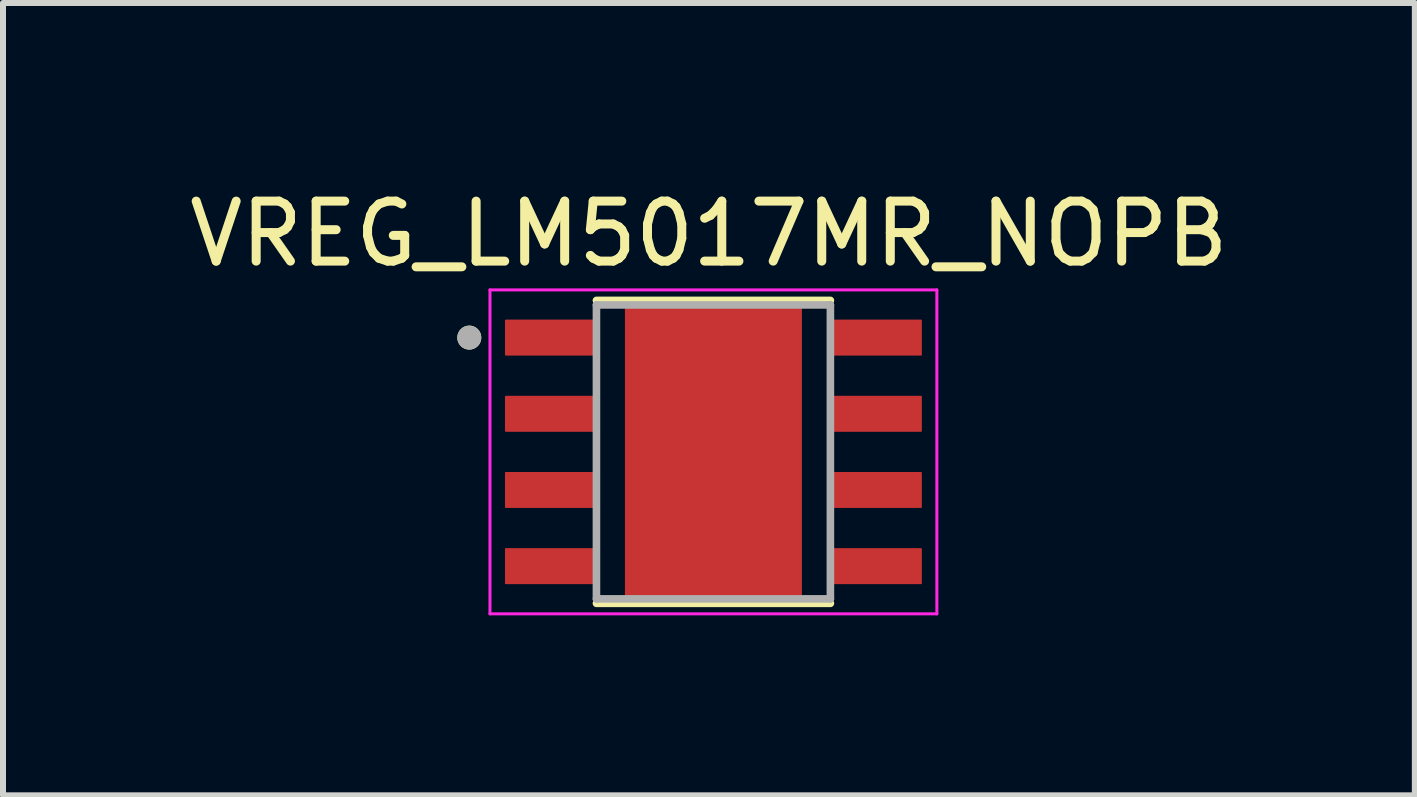
<source format=kicad_pcb>
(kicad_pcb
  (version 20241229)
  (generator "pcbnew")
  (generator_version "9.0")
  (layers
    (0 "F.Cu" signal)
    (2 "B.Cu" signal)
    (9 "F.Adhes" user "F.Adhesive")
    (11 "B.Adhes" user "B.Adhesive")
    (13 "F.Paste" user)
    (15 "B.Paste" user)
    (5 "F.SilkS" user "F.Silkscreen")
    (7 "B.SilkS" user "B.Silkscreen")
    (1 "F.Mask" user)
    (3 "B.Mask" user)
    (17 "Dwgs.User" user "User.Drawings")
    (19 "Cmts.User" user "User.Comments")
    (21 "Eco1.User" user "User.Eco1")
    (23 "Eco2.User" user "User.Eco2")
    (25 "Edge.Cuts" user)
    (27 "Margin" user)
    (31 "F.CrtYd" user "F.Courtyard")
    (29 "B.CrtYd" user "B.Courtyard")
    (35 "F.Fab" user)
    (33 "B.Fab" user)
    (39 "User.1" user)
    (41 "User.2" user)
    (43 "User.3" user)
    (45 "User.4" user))
  (footprint "VREG_LM5017MR_NOPB"
    (layer "F.Cu")
    (at 8.843 4.483)
    (property "Reference" "VREG_LM5017MR_NOPB" (at -0.075 -3.635 0) (layer "F.SilkS") (effects (font (size 1 1) (thickness 0.15))))
    (attr smd)
    (fp_poly (pts (xy -1.355 -1.7) (xy 1.355 -1.7) (xy 1.355 1.7) (xy -1.355 1.7)) (stroke (width 0.01) (type solid)) (fill yes) (layer "F.Mask"))
    (fp_poly (pts (xy -1.905 -1.535) (xy -3.495 -1.535) (xy -3.498 -1.535) (xy -3.5 -1.535) (xy -3.503 -1.536) (xy -3.505 -1.536) (xy -3.508 -1.537) (xy -3.51 -1.537) (xy -3.513 -1.538) (xy -3.515 -1.539) (xy -3.518 -1.54) (xy -3.52 -1.542) (xy -3.522 -1.543) (xy -3.524 -1.545) (xy -3.526 -1.546) (xy -3.528 -1.548) (xy -3.53 -1.55) (xy -3.532 -1.552) (xy -3.534 -1.554) (xy -3.535 -1.556) (xy -3.537 -1.558) (xy -3.538 -1.56) (xy -3.54 -1.562) (xy -3.541 -1.565) (xy -3.542 -1.567) (xy -3.543 -1.57) (xy -3.543 -1.572) (xy -3.544 -1.575) (xy -3.544 -1.577) (xy -3.545 -1.58) (xy -3.545 -1.582) (xy -3.545 -1.585) (xy -3.545 -2.225) (xy -3.545 -2.228) (xy -3.545 -2.23) (xy -3.544 -2.233) (xy -3.544 -2.235) (xy -3.543 -2.238) (xy -3.543 -2.24) (xy -3.542 -2.243) (xy -3.541 -2.245) (xy -3.54 -2.248) (xy -3.538 -2.25) (xy -3.537 -2.252) (xy -3.535 -2.254) (xy -3.534 -2.256) (xy -3.532 -2.258) (xy -3.53 -2.26) (xy -3.528 -2.262) (xy -3.526 -2.264) (xy -3.524 -2.265) (xy -3.522 -2.267) (xy -3.52 -2.268) (xy -3.518 -2.27) (xy -3.515 -2.271) (xy -3.513 -2.272) (xy -3.51 -2.273) (xy -3.508 -2.273) (xy -3.505 -2.274) (xy -3.503 -2.274) (xy -3.5 -2.275) (xy -3.498 -2.275) (xy -3.495 -2.275) (xy -1.905 -2.275) (xy -1.902 -2.275) (xy -1.9 -2.275) (xy -1.897 -2.274) (xy -1.895 -2.274) (xy -1.892 -2.273) (xy -1.89 -2.273) (xy -1.887 -2.272) (xy -1.885 -2.271) (xy -1.882 -2.27) (xy -1.88 -2.268) (xy -1.878 -2.267) (xy -1.876 -2.265) (xy -1.874 -2.264) (xy -1.872 -2.262) (xy -1.87 -2.26) (xy -1.868 -2.258) (xy -1.866 -2.256) (xy -1.865 -2.254) (xy -1.863 -2.252) (xy -1.862 -2.25) (xy -1.86 -2.248) (xy -1.859 -2.245) (xy -1.858 -2.243) (xy -1.857 -2.24) (xy -1.857 -2.238) (xy -1.856 -2.235) (xy -1.856 -2.233) (xy -1.855 -2.23) (xy -1.855 -2.228) (xy -1.855 -2.225) (xy -1.855 -1.585) (xy -1.855 -1.582) (xy -1.855 -1.58) (xy -1.856 -1.577) (xy -1.856 -1.575) (xy -1.857 -1.572) (xy -1.857 -1.57) (xy -1.858 -1.567) (xy -1.859 -1.565) (xy -1.86 -1.562) (xy -1.862 -1.56) (xy -1.863 -1.558) (xy -1.865 -1.556) (xy -1.866 -1.554) (xy -1.868 -1.552) (xy -1.87 -1.55) (xy -1.872 -1.548) (xy -1.874 -1.546) (xy -1.876 -1.545) (xy -1.878 -1.543) (xy -1.88 -1.542) (xy -1.882 -1.54) (xy -1.885 -1.539) (xy -1.887 -1.538) (xy -1.89 -1.537) (xy -1.892 -1.537) (xy -1.895 -1.536) (xy -1.897 -1.536) (xy -1.9 -1.535) (xy -1.902 -1.535) (xy -1.905 -1.535)) (stroke (width 0.01) (type solid)) (fill yes) (layer "F.Mask"))
    (fp_poly (pts (xy -1.905 -0.265) (xy -3.495 -0.265) (xy -3.498 -0.265) (xy -3.5 -0.265) (xy -3.503 -0.266) (xy -3.505 -0.266) (xy -3.508 -0.267) (xy -3.51 -0.267) (xy -3.513 -0.268) (xy -3.515 -0.269) (xy -3.518 -0.27) (xy -3.52 -0.272) (xy -3.522 -0.273) (xy -3.524 -0.275) (xy -3.526 -0.276) (xy -3.528 -0.278) (xy -3.53 -0.28) (xy -3.532 -0.282) (xy -3.534 -0.284) (xy -3.535 -0.286) (xy -3.537 -0.288) (xy -3.538 -0.29) (xy -3.54 -0.292) (xy -3.541 -0.295) (xy -3.542 -0.297) (xy -3.543 -0.3) (xy -3.543 -0.302) (xy -3.544 -0.305) (xy -3.544 -0.307) (xy -3.545 -0.31) (xy -3.545 -0.312) (xy -3.545 -0.315) (xy -3.545 -0.955) (xy -3.545 -0.958) (xy -3.545 -0.96) (xy -3.544 -0.963) (xy -3.544 -0.965) (xy -3.543 -0.968) (xy -3.543 -0.97) (xy -3.542 -0.973) (xy -3.541 -0.975) (xy -3.54 -0.978) (xy -3.538 -0.98) (xy -3.537 -0.982) (xy -3.535 -0.984) (xy -3.534 -0.986) (xy -3.532 -0.988) (xy -3.53 -0.99) (xy -3.528 -0.992) (xy -3.526 -0.994) (xy -3.524 -0.995) (xy -3.522 -0.997) (xy -3.52 -0.998) (xy -3.518 -1) (xy -3.515 -1.001) (xy -3.513 -1.002) (xy -3.51 -1.003) (xy -3.508 -1.003) (xy -3.505 -1.004) (xy -3.503 -1.004) (xy -3.5 -1.005) (xy -3.498 -1.005) (xy -3.495 -1.005) (xy -1.905 -1.005) (xy -1.902 -1.005) (xy -1.9 -1.005) (xy -1.897 -1.004) (xy -1.895 -1.004) (xy -1.892 -1.003) (xy -1.89 -1.003) (xy -1.887 -1.002) (xy -1.885 -1.001) (xy -1.882 -1) (xy -1.88 -0.998) (xy -1.878 -0.997) (xy -1.876 -0.995) (xy -1.874 -0.994) (xy -1.872 -0.992) (xy -1.87 -0.99) (xy -1.868 -0.988) (xy -1.866 -0.986) (xy -1.865 -0.984) (xy -1.863 -0.982) (xy -1.862 -0.98) (xy -1.86 -0.978) (xy -1.859 -0.975) (xy -1.858 -0.973) (xy -1.857 -0.97) (xy -1.857 -0.968) (xy -1.856 -0.965) (xy -1.856 -0.963) (xy -1.855 -0.96) (xy -1.855 -0.958) (xy -1.855 -0.955) (xy -1.855 -0.315) (xy -1.855 -0.312) (xy -1.855 -0.31) (xy -1.856 -0.307) (xy -1.856 -0.305) (xy -1.857 -0.302) (xy -1.857 -0.3) (xy -1.858 -0.297) (xy -1.859 -0.295) (xy -1.86 -0.292) (xy -1.862 -0.29) (xy -1.863 -0.288) (xy -1.865 -0.286) (xy -1.866 -0.284) (xy -1.868 -0.282) (xy -1.87 -0.28) (xy -1.872 -0.278) (xy -1.874 -0.276) (xy -1.876 -0.275) (xy -1.878 -0.273) (xy -1.88 -0.272) (xy -1.882 -0.27) (xy -1.885 -0.269) (xy -1.887 -0.268) (xy -1.89 -0.267) (xy -1.892 -0.267) (xy -1.895 -0.266) (xy -1.897 -0.266) (xy -1.9 -0.265) (xy -1.902 -0.265) (xy -1.905 -0.265)) (stroke (width 0.01) (type solid)) (fill yes) (layer "F.Mask"))
    (fp_poly (pts (xy -1.905 1.005) (xy -3.495 1.005) (xy -3.498 1.005) (xy -3.5 1.005) (xy -3.503 1.004) (xy -3.505 1.004) (xy -3.508 1.003) (xy -3.51 1.003) (xy -3.513 1.002) (xy -3.515 1.001) (xy -3.518 1) (xy -3.52 0.998) (xy -3.522 0.997) (xy -3.524 0.995) (xy -3.526 0.994) (xy -3.528 0.992) (xy -3.53 0.99) (xy -3.532 0.988) (xy -3.534 0.986) (xy -3.535 0.984) (xy -3.537 0.982) (xy -3.538 0.98) (xy -3.54 0.978) (xy -3.541 0.975) (xy -3.542 0.973) (xy -3.543 0.97) (xy -3.543 0.968) (xy -3.544 0.965) (xy -3.544 0.963) (xy -3.545 0.96) (xy -3.545 0.958) (xy -3.545 0.955) (xy -3.545 0.315) (xy -3.545 0.312) (xy -3.545 0.31) (xy -3.544 0.307) (xy -3.544 0.305) (xy -3.543 0.302) (xy -3.543 0.3) (xy -3.542 0.297) (xy -3.541 0.295) (xy -3.54 0.292) (xy -3.538 0.29) (xy -3.537 0.288) (xy -3.535 0.286) (xy -3.534 0.284) (xy -3.532 0.282) (xy -3.53 0.28) (xy -3.528 0.278) (xy -3.526 0.276) (xy -3.524 0.275) (xy -3.522 0.273) (xy -3.52 0.272) (xy -3.518 0.27) (xy -3.515 0.269) (xy -3.513 0.268) (xy -3.51 0.267) (xy -3.508 0.267) (xy -3.505 0.266) (xy -3.503 0.266) (xy -3.5 0.265) (xy -3.498 0.265) (xy -3.495 0.265) (xy -1.905 0.265) (xy -1.902 0.265) (xy -1.9 0.265) (xy -1.897 0.266) (xy -1.895 0.266) (xy -1.892 0.267) (xy -1.89 0.267) (xy -1.887 0.268) (xy -1.885 0.269) (xy -1.882 0.27) (xy -1.88 0.272) (xy -1.878 0.273) (xy -1.876 0.275) (xy -1.874 0.276) (xy -1.872 0.278) (xy -1.87 0.28) (xy -1.868 0.282) (xy -1.866 0.284) (xy -1.865 0.286) (xy -1.863 0.288) (xy -1.862 0.29) (xy -1.86 0.292) (xy -1.859 0.295) (xy -1.858 0.297) (xy -1.857 0.3) (xy -1.857 0.302) (xy -1.856 0.305) (xy -1.856 0.307) (xy -1.855 0.31) (xy -1.855 0.312) (xy -1.855 0.315) (xy -1.855 0.955) (xy -1.855 0.958) (xy -1.855 0.96) (xy -1.856 0.963) (xy -1.856 0.965) (xy -1.857 0.968) (xy -1.857 0.97) (xy -1.858 0.973) (xy -1.859 0.975) (xy -1.86 0.978) (xy -1.862 0.98) (xy -1.863 0.982) (xy -1.865 0.984) (xy -1.866 0.986) (xy -1.868 0.988) (xy -1.87 0.99) (xy -1.872 0.992) (xy -1.874 0.994) (xy -1.876 0.995) (xy -1.878 0.997) (xy -1.88 0.998) (xy -1.882 1) (xy -1.885 1.001) (xy -1.887 1.002) (xy -1.89 1.003) (xy -1.892 1.003) (xy -1.895 1.004) (xy -1.897 1.004) (xy -1.9 1.005) (xy -1.902 1.005) (xy -1.905 1.005)) (stroke (width 0.01) (type solid)) (fill yes) (layer "F.Mask"))
    (fp_poly (pts (xy -1.905 2.275) (xy -3.495 2.275) (xy -3.498 2.275) (xy -3.5 2.275) (xy -3.503 2.274) (xy -3.505 2.274) (xy -3.508 2.273) (xy -3.51 2.273) (xy -3.513 2.272) (xy -3.515 2.271) (xy -3.518 2.27) (xy -3.52 2.268) (xy -3.522 2.267) (xy -3.524 2.265) (xy -3.526 2.264) (xy -3.528 2.262) (xy -3.53 2.26) (xy -3.532 2.258) (xy -3.534 2.256) (xy -3.535 2.254) (xy -3.537 2.252) (xy -3.538 2.25) (xy -3.54 2.248) (xy -3.541 2.245) (xy -3.542 2.243) (xy -3.543 2.24) (xy -3.543 2.238) (xy -3.544 2.235) (xy -3.544 2.233) (xy -3.545 2.23) (xy -3.545 2.228) (xy -3.545 2.225) (xy -3.545 1.585) (xy -3.545 1.582) (xy -3.545 1.58) (xy -3.544 1.577) (xy -3.544 1.575) (xy -3.543 1.572) (xy -3.543 1.57) (xy -3.542 1.567) (xy -3.541 1.565) (xy -3.54 1.562) (xy -3.538 1.56) (xy -3.537 1.558) (xy -3.535 1.556) (xy -3.534 1.554) (xy -3.532 1.552) (xy -3.53 1.55) (xy -3.528 1.548) (xy -3.526 1.546) (xy -3.524 1.545) (xy -3.522 1.543) (xy -3.52 1.542) (xy -3.518 1.54) (xy -3.515 1.539) (xy -3.513 1.538) (xy -3.51 1.537) (xy -3.508 1.537) (xy -3.505 1.536) (xy -3.503 1.536) (xy -3.5 1.535) (xy -3.498 1.535) (xy -3.495 1.535) (xy -1.905 1.535) (xy -1.902 1.535) (xy -1.9 1.535) (xy -1.897 1.536) (xy -1.895 1.536) (xy -1.892 1.537) (xy -1.89 1.537) (xy -1.887 1.538) (xy -1.885 1.539) (xy -1.882 1.54) (xy -1.88 1.542) (xy -1.878 1.543) (xy -1.876 1.545) (xy -1.874 1.546) (xy -1.872 1.548) (xy -1.87 1.55) (xy -1.868 1.552) (xy -1.866 1.554) (xy -1.865 1.556) (xy -1.863 1.558) (xy -1.862 1.56) (xy -1.86 1.562) (xy -1.859 1.565) (xy -1.858 1.567) (xy -1.857 1.57) (xy -1.857 1.572) (xy -1.856 1.575) (xy -1.856 1.577) (xy -1.855 1.58) (xy -1.855 1.582) (xy -1.855 1.585) (xy -1.855 2.225) (xy -1.855 2.228) (xy -1.855 2.23) (xy -1.856 2.233) (xy -1.856 2.235) (xy -1.857 2.238) (xy -1.857 2.24) (xy -1.858 2.243) (xy -1.859 2.245) (xy -1.86 2.248) (xy -1.862 2.25) (xy -1.863 2.252) (xy -1.865 2.254) (xy -1.866 2.256) (xy -1.868 2.258) (xy -1.87 2.26) (xy -1.872 2.262) (xy -1.874 2.264) (xy -1.876 2.265) (xy -1.878 2.267) (xy -1.88 2.268) (xy -1.882 2.27) (xy -1.885 2.271) (xy -1.887 2.272) (xy -1.89 2.273) (xy -1.892 2.273) (xy -1.895 2.274) (xy -1.897 2.274) (xy -1.9 2.275) (xy -1.902 2.275) (xy -1.905 2.275)) (stroke (width 0.01) (type solid)) (fill yes) (layer "F.Mask"))
    (fp_poly (pts (xy 3.495 -1.535) (xy 1.905 -1.535) (xy 1.902 -1.535) (xy 1.9 -1.535) (xy 1.897 -1.536) (xy 1.895 -1.536) (xy 1.892 -1.537) (xy 1.89 -1.537) (xy 1.887 -1.538) (xy 1.885 -1.539) (xy 1.882 -1.54) (xy 1.88 -1.542) (xy 1.878 -1.543) (xy 1.876 -1.545) (xy 1.874 -1.546) (xy 1.872 -1.548) (xy 1.87 -1.55) (xy 1.868 -1.552) (xy 1.866 -1.554) (xy 1.865 -1.556) (xy 1.863 -1.558) (xy 1.862 -1.56) (xy 1.86 -1.562) (xy 1.859 -1.565) (xy 1.858 -1.567) (xy 1.857 -1.57) (xy 1.857 -1.572) (xy 1.856 -1.575) (xy 1.856 -1.577) (xy 1.855 -1.58) (xy 1.855 -1.582) (xy 1.855 -1.585) (xy 1.855 -2.225) (xy 1.855 -2.228) (xy 1.855 -2.23) (xy 1.856 -2.233) (xy 1.856 -2.235) (xy 1.857 -2.238) (xy 1.857 -2.24) (xy 1.858 -2.243) (xy 1.859 -2.245) (xy 1.86 -2.248) (xy 1.862 -2.25) (xy 1.863 -2.252) (xy 1.865 -2.254) (xy 1.866 -2.256) (xy 1.868 -2.258) (xy 1.87 -2.26) (xy 1.872 -2.262) (xy 1.874 -2.264) (xy 1.876 -2.265) (xy 1.878 -2.267) (xy 1.88 -2.268) (xy 1.882 -2.27) (xy 1.885 -2.271) (xy 1.887 -2.272) (xy 1.89 -2.273) (xy 1.892 -2.273) (xy 1.895 -2.274) (xy 1.897 -2.274) (xy 1.9 -2.275) (xy 1.902 -2.275) (xy 1.905 -2.275) (xy 3.495 -2.275) (xy 3.498 -2.275) (xy 3.5 -2.275) (xy 3.503 -2.274) (xy 3.505 -2.274) (xy 3.508 -2.273) (xy 3.51 -2.273) (xy 3.513 -2.272) (xy 3.515 -2.271) (xy 3.518 -2.27) (xy 3.52 -2.268) (xy 3.522 -2.267) (xy 3.524 -2.265) (xy 3.526 -2.264) (xy 3.528 -2.262) (xy 3.53 -2.26) (xy 3.532 -2.258) (xy 3.534 -2.256) (xy 3.535 -2.254) (xy 3.537 -2.252) (xy 3.538 -2.25) (xy 3.54 -2.248) (xy 3.541 -2.245) (xy 3.542 -2.243) (xy 3.543 -2.24) (xy 3.543 -2.238) (xy 3.544 -2.235) (xy 3.544 -2.233) (xy 3.545 -2.23) (xy 3.545 -2.228) (xy 3.545 -2.225) (xy 3.545 -1.585) (xy 3.545 -1.582) (xy 3.545 -1.58) (xy 3.544 -1.577) (xy 3.544 -1.575) (xy 3.543 -1.572) (xy 3.543 -1.57) (xy 3.542 -1.567) (xy 3.541 -1.565) (xy 3.54 -1.562) (xy 3.538 -1.56) (xy 3.537 -1.558) (xy 3.535 -1.556) (xy 3.534 -1.554) (xy 3.532 -1.552) (xy 3.53 -1.55) (xy 3.528 -1.548) (xy 3.526 -1.546) (xy 3.524 -1.545) (xy 3.522 -1.543) (xy 3.52 -1.542) (xy 3.518 -1.54) (xy 3.515 -1.539) (xy 3.513 -1.538) (xy 3.51 -1.537) (xy 3.508 -1.537) (xy 3.505 -1.536) (xy 3.503 -1.536) (xy 3.5 -1.535) (xy 3.498 -1.535) (xy 3.495 -1.535)) (stroke (width 0.01) (type solid)) (fill yes) (layer "F.Mask"))
    (fp_poly (pts (xy 3.495 -0.265) (xy 1.905 -0.265) (xy 1.902 -0.265) (xy 1.9 -0.265) (xy 1.897 -0.266) (xy 1.895 -0.266) (xy 1.892 -0.267) (xy 1.89 -0.267) (xy 1.887 -0.268) (xy 1.885 -0.269) (xy 1.882 -0.27) (xy 1.88 -0.272) (xy 1.878 -0.273) (xy 1.876 -0.275) (xy 1.874 -0.276) (xy 1.872 -0.278) (xy 1.87 -0.28) (xy 1.868 -0.282) (xy 1.866 -0.284) (xy 1.865 -0.286) (xy 1.863 -0.288) (xy 1.862 -0.29) (xy 1.86 -0.292) (xy 1.859 -0.295) (xy 1.858 -0.297) (xy 1.857 -0.3) (xy 1.857 -0.302) (xy 1.856 -0.305) (xy 1.856 -0.307) (xy 1.855 -0.31) (xy 1.855 -0.312) (xy 1.855 -0.315) (xy 1.855 -0.955) (xy 1.855 -0.958) (xy 1.855 -0.96) (xy 1.856 -0.963) (xy 1.856 -0.965) (xy 1.857 -0.968) (xy 1.857 -0.97) (xy 1.858 -0.973) (xy 1.859 -0.975) (xy 1.86 -0.978) (xy 1.862 -0.98) (xy 1.863 -0.982) (xy 1.865 -0.984) (xy 1.866 -0.986) (xy 1.868 -0.988) (xy 1.87 -0.99) (xy 1.872 -0.992) (xy 1.874 -0.994) (xy 1.876 -0.995) (xy 1.878 -0.997) (xy 1.88 -0.998) (xy 1.882 -1) (xy 1.885 -1.001) (xy 1.887 -1.002) (xy 1.89 -1.003) (xy 1.892 -1.003) (xy 1.895 -1.004) (xy 1.897 -1.004) (xy 1.9 -1.005) (xy 1.902 -1.005) (xy 1.905 -1.005) (xy 3.495 -1.005) (xy 3.498 -1.005) (xy 3.5 -1.005) (xy 3.503 -1.004) (xy 3.505 -1.004) (xy 3.508 -1.003) (xy 3.51 -1.003) (xy 3.513 -1.002) (xy 3.515 -1.001) (xy 3.518 -1) (xy 3.52 -0.998) (xy 3.522 -0.997) (xy 3.524 -0.995) (xy 3.526 -0.994) (xy 3.528 -0.992) (xy 3.53 -0.99) (xy 3.532 -0.988) (xy 3.534 -0.986) (xy 3.535 -0.984) (xy 3.537 -0.982) (xy 3.538 -0.98) (xy 3.54 -0.978) (xy 3.541 -0.975) (xy 3.542 -0.973) (xy 3.543 -0.97) (xy 3.543 -0.968) (xy 3.544 -0.965) (xy 3.544 -0.963) (xy 3.545 -0.96) (xy 3.545 -0.958) (xy 3.545 -0.955) (xy 3.545 -0.315) (xy 3.545 -0.312) (xy 3.545 -0.31) (xy 3.544 -0.307) (xy 3.544 -0.305) (xy 3.543 -0.302) (xy 3.543 -0.3) (xy 3.542 -0.297) (xy 3.541 -0.295) (xy 3.54 -0.292) (xy 3.538 -0.29) (xy 3.537 -0.288) (xy 3.535 -0.286) (xy 3.534 -0.284) (xy 3.532 -0.282) (xy 3.53 -0.28) (xy 3.528 -0.278) (xy 3.526 -0.276) (xy 3.524 -0.275) (xy 3.522 -0.273) (xy 3.52 -0.272) (xy 3.518 -0.27) (xy 3.515 -0.269) (xy 3.513 -0.268) (xy 3.51 -0.267) (xy 3.508 -0.267) (xy 3.505 -0.266) (xy 3.503 -0.266) (xy 3.5 -0.265) (xy 3.498 -0.265) (xy 3.495 -0.265)) (stroke (width 0.01) (type solid)) (fill yes) (layer "F.Mask"))
    (fp_poly (pts (xy 3.495 1.005) (xy 1.905 1.005) (xy 1.902 1.005) (xy 1.9 1.005) (xy 1.897 1.004) (xy 1.895 1.004) (xy 1.892 1.003) (xy 1.89 1.003) (xy 1.887 1.002) (xy 1.885 1.001) (xy 1.882 1) (xy 1.88 0.998) (xy 1.878 0.997) (xy 1.876 0.995) (xy 1.874 0.994) (xy 1.872 0.992) (xy 1.87 0.99) (xy 1.868 0.988) (xy 1.866 0.986) (xy 1.865 0.984) (xy 1.863 0.982) (xy 1.862 0.98) (xy 1.86 0.978) (xy 1.859 0.975) (xy 1.858 0.973) (xy 1.857 0.97) (xy 1.857 0.968) (xy 1.856 0.965) (xy 1.856 0.963) (xy 1.855 0.96) (xy 1.855 0.958) (xy 1.855 0.955) (xy 1.855 0.315) (xy 1.855 0.312) (xy 1.855 0.31) (xy 1.856 0.307) (xy 1.856 0.305) (xy 1.857 0.302) (xy 1.857 0.3) (xy 1.858 0.297) (xy 1.859 0.295) (xy 1.86 0.292) (xy 1.862 0.29) (xy 1.863 0.288) (xy 1.865 0.286) (xy 1.866 0.284) (xy 1.868 0.282) (xy 1.87 0.28) (xy 1.872 0.278) (xy 1.874 0.276) (xy 1.876 0.275) (xy 1.878 0.273) (xy 1.88 0.272) (xy 1.882 0.27) (xy 1.885 0.269) (xy 1.887 0.268) (xy 1.89 0.267) (xy 1.892 0.267) (xy 1.895 0.266) (xy 1.897 0.266) (xy 1.9 0.265) (xy 1.902 0.265) (xy 1.905 0.265) (xy 3.495 0.265) (xy 3.498 0.265) (xy 3.5 0.265) (xy 3.503 0.266) (xy 3.505 0.266) (xy 3.508 0.267) (xy 3.51 0.267) (xy 3.513 0.268) (xy 3.515 0.269) (xy 3.518 0.27) (xy 3.52 0.272) (xy 3.522 0.273) (xy 3.524 0.275) (xy 3.526 0.276) (xy 3.528 0.278) (xy 3.53 0.28) (xy 3.532 0.282) (xy 3.534 0.284) (xy 3.535 0.286) (xy 3.537 0.288) (xy 3.538 0.29) (xy 3.54 0.292) (xy 3.541 0.295) (xy 3.542 0.297) (xy 3.543 0.3) (xy 3.543 0.302) (xy 3.544 0.305) (xy 3.544 0.307) (xy 3.545 0.31) (xy 3.545 0.312) (xy 3.545 0.315) (xy 3.545 0.955) (xy 3.545 0.958) (xy 3.545 0.96) (xy 3.544 0.963) (xy 3.544 0.965) (xy 3.543 0.968) (xy 3.543 0.97) (xy 3.542 0.973) (xy 3.541 0.975) (xy 3.54 0.978) (xy 3.538 0.98) (xy 3.537 0.982) (xy 3.535 0.984) (xy 3.534 0.986) (xy 3.532 0.988) (xy 3.53 0.99) (xy 3.528 0.992) (xy 3.526 0.994) (xy 3.524 0.995) (xy 3.522 0.997) (xy 3.52 0.998) (xy 3.518 1) (xy 3.515 1.001) (xy 3.513 1.002) (xy 3.51 1.003) (xy 3.508 1.003) (xy 3.505 1.004) (xy 3.503 1.004) (xy 3.5 1.005) (xy 3.498 1.005) (xy 3.495 1.005)) (stroke (width 0.01) (type solid)) (fill yes) (layer "F.Mask"))
    (fp_poly (pts (xy 3.495 2.275) (xy 1.905 2.275) (xy 1.902 2.275) (xy 1.9 2.275) (xy 1.897 2.274) (xy 1.895 2.274) (xy 1.892 2.273) (xy 1.89 2.273) (xy 1.887 2.272) (xy 1.885 2.271) (xy 1.882 2.27) (xy 1.88 2.268) (xy 1.878 2.267) (xy 1.876 2.265) (xy 1.874 2.264) (xy 1.872 2.262) (xy 1.87 2.26) (xy 1.868 2.258) (xy 1.866 2.256) (xy 1.865 2.254) (xy 1.863 2.252) (xy 1.862 2.25) (xy 1.86 2.248) (xy 1.859 2.245) (xy 1.858 2.243) (xy 1.857 2.24) (xy 1.857 2.238) (xy 1.856 2.235) (xy 1.856 2.233) (xy 1.855 2.23) (xy 1.855 2.228) (xy 1.855 2.225) (xy 1.855 1.585) (xy 1.855 1.582) (xy 1.855 1.58) (xy 1.856 1.577) (xy 1.856 1.575) (xy 1.857 1.572) (xy 1.857 1.57) (xy 1.858 1.567) (xy 1.859 1.565) (xy 1.86 1.562) (xy 1.862 1.56) (xy 1.863 1.558) (xy 1.865 1.556) (xy 1.866 1.554) (xy 1.868 1.552) (xy 1.87 1.55) (xy 1.872 1.548) (xy 1.874 1.546) (xy 1.876 1.545) (xy 1.878 1.543) (xy 1.88 1.542) (xy 1.882 1.54) (xy 1.885 1.539) (xy 1.887 1.538) (xy 1.89 1.537) (xy 1.892 1.537) (xy 1.895 1.536) (xy 1.897 1.536) (xy 1.9 1.535) (xy 1.902 1.535) (xy 1.905 1.535) (xy 3.495 1.535) (xy 3.498 1.535) (xy 3.5 1.535) (xy 3.503 1.536) (xy 3.505 1.536) (xy 3.508 1.537) (xy 3.51 1.537) (xy 3.513 1.538) (xy 3.515 1.539) (xy 3.518 1.54) (xy 3.52 1.542) (xy 3.522 1.543) (xy 3.524 1.545) (xy 3.526 1.546) (xy 3.528 1.548) (xy 3.53 1.55) (xy 3.532 1.552) (xy 3.534 1.554) (xy 3.535 1.556) (xy 3.537 1.558) (xy 3.538 1.56) (xy 3.54 1.562) (xy 3.541 1.565) (xy 3.542 1.567) (xy 3.543 1.57) (xy 3.543 1.572) (xy 3.544 1.575) (xy 3.544 1.577) (xy 3.545 1.58) (xy 3.545 1.582) (xy 3.545 1.585) (xy 3.545 2.225) (xy 3.545 2.228) (xy 3.545 2.23) (xy 3.544 2.233) (xy 3.544 2.235) (xy 3.543 2.238) (xy 3.543 2.24) (xy 3.542 2.243) (xy 3.541 2.245) (xy 3.54 2.248) (xy 3.538 2.25) (xy 3.537 2.252) (xy 3.535 2.254) (xy 3.534 2.256) (xy 3.532 2.258) (xy 3.53 2.26) (xy 3.528 2.262) (xy 3.526 2.264) (xy 3.524 2.265) (xy 3.522 2.267) (xy 3.52 2.268) (xy 3.518 2.27) (xy 3.515 2.271) (xy 3.513 2.272) (xy 3.51 2.273) (xy 3.508 2.273) (xy 3.505 2.274) (xy 3.503 2.274) (xy 3.5 2.275) (xy 3.498 2.275) (xy 3.495 2.275)) (stroke (width 0.01) (type solid)) (fill yes) (layer "F.Mask"))
    (fp_line (start -1.95 -2.525) (end 1.95 -2.525) (stroke (width 0.127) (type solid)) (layer "F.SilkS"))
    (fp_line (start -1.95 2.525) (end 1.95 2.525) (stroke (width 0.127) (type solid)) (layer "F.SilkS"))
    (fp_circle (center -4.07 -1.905) (end -3.97 -1.905) (stroke (width 0.2) (type solid)) (fill no) (layer "F.SilkS"))
    (fp_poly (pts (xy -1.355 -1.7) (xy 1.355 -1.7) (xy 1.355 1.7) (xy -1.355 1.7)) (stroke (width 0.01) (type solid)) (fill yes) (layer "F.Paste"))
    (fp_line (start -3.725 -2.7) (end -3.725 2.7) (stroke (width 0.05) (type solid)) (layer "F.CrtYd"))
    (fp_line (start -3.725 -2.7) (end 3.725 -2.7) (stroke (width 0.05) (type solid)) (layer "F.CrtYd"))
    (fp_line (start -3.725 2.7) (end 3.725 2.7) (stroke (width 0.05) (type solid)) (layer "F.CrtYd"))
    (fp_line (start 3.725 -2.7) (end 3.725 2.7) (stroke (width 0.05) (type solid)) (layer "F.CrtYd"))
    (fp_line (start -1.95 -2.45) (end -1.95 2.45) (stroke (width 0.127) (type solid)) (layer "F.Fab"))
    (fp_line (start -1.95 -2.45) (end 1.95 -2.45) (stroke (width 0.127) (type solid)) (layer "F.Fab"))
    (fp_line (start -1.95 2.45) (end 1.95 2.45) (stroke (width 0.127) (type solid)) (layer "F.Fab"))
    (fp_line (start 1.95 -2.45) (end 1.95 2.45) (stroke (width 0.127) (type solid)) (layer "F.Fab"))
    (fp_circle (center -4.07 -1.905) (end -3.97 -1.905) (stroke (width 0.2) (type solid)) (fill no) (layer "F.Fab"))
    (pad "1" smd roundrect (at -2.7 -1.905) (size 1.55 0.6) (layers "F.Cu" "F.Paste") (roundrect_rratio 0.025))
    (pad "2" smd roundrect (at -2.7 -0.635) (size 1.55 0.6) (layers "F.Cu" "F.Paste") (roundrect_rratio 0.025))
    (pad "3" smd roundrect (at -2.7 0.635) (size 1.55 0.6) (layers "F.Cu" "F.Paste") (roundrect_rratio 0.025))
    (pad "4" smd roundrect (at -2.7 1.905) (size 1.55 0.6) (layers "F.Cu" "F.Paste") (roundrect_rratio 0.025))
    (pad "5" smd roundrect (at 2.7 1.905) (size 1.55 0.6) (layers "F.Cu" "F.Paste") (roundrect_rratio 0.025))
    (pad "6" smd roundrect (at 2.7 0.635) (size 1.55 0.6) (layers "F.Cu" "F.Paste") (roundrect_rratio 0.025))
    (pad "7" smd roundrect (at 2.7 -0.635) (size 1.55 0.6) (layers "F.Cu" "F.Paste") (roundrect_rratio 0.025))
    (pad "8" smd roundrect (at 2.7 -1.905) (size 1.55 0.6) (layers "F.Cu" "F.Paste") (roundrect_rratio 0.025))
    (pad "9" smd rect (at 0 0) (size 2.95 4.9) (layers "F.Cu" "F.Mask" "F.Paste")))
  (gr_rect
    (start -3 -3)
    (end 20.536 10.208)
    (stroke (width 0.1) (type default))
    (fill no)
    (layer "Edge.Cuts")))
</source>
